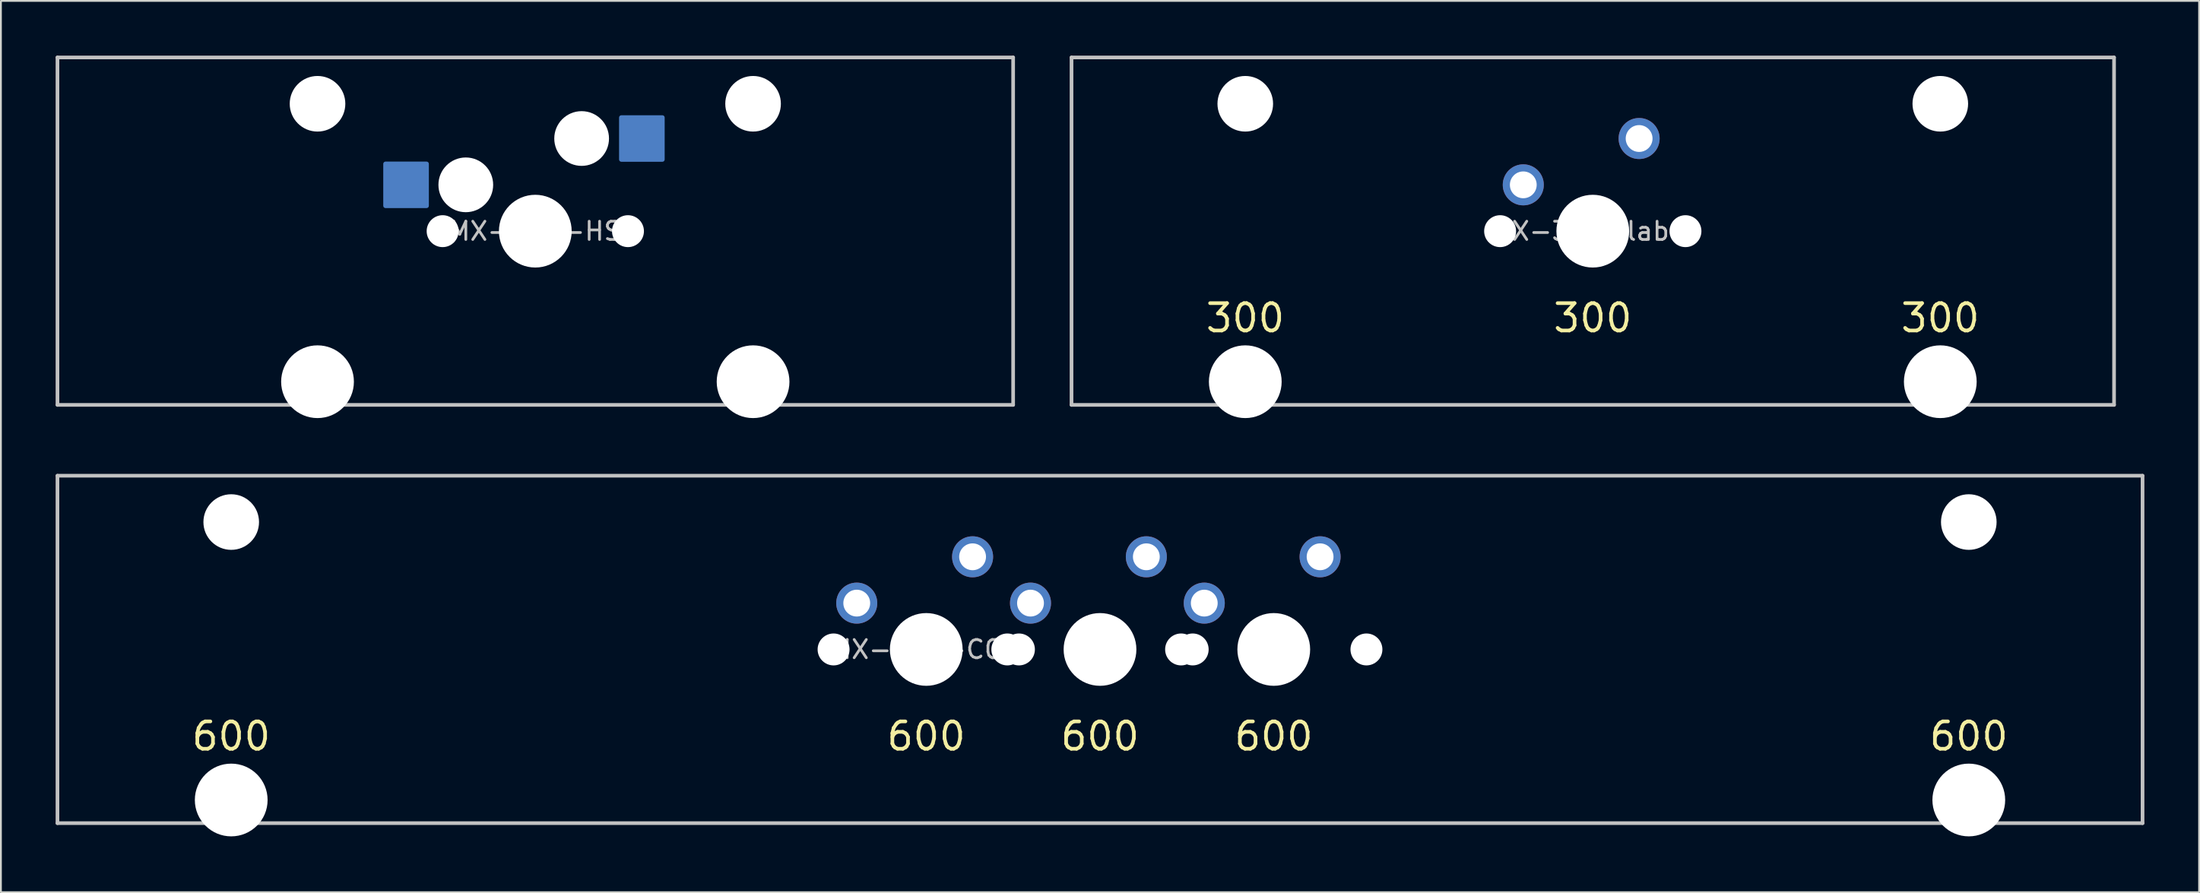
<source format=kicad_pcb>
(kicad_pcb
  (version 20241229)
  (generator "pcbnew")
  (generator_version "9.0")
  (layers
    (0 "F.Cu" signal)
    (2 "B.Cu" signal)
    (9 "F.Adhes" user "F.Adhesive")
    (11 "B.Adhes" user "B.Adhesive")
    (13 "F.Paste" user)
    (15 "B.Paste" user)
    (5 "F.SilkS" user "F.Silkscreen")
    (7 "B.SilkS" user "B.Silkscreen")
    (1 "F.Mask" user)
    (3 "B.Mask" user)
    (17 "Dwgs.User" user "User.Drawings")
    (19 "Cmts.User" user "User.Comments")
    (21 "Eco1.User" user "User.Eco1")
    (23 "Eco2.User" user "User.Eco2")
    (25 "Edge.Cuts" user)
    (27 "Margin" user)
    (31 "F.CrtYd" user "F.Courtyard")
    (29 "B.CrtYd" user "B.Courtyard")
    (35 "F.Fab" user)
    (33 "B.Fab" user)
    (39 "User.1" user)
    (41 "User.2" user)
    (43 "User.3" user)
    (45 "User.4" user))
  (footprint "MX-600-COC"
    (layer "F.Cu")
    (at 57.25 32.56)
    (property "Reference" "MX-600-COC" (at -9.525 0 0) (layer "Dwgs.User") (effects (font (size 1 1) (thickness 0.15))))
    (attr through_hole)
    (fp_line (start -57.15 9.525) (end -57.15 -9.525) (stroke (width 0.2) (type solid)) (layer "Dwgs.User"))
    (fp_line (start 57.15 -9.525) (end -57.15 -9.525) (stroke (width 0.2) (type solid)) (layer "Dwgs.User"))
    (fp_line (start 57.15 -9.525) (end 57.15 9.525) (stroke (width 0.2) (type solid)) (layer "Dwgs.User"))
    (fp_line (start 57.15 9.525) (end -57.15 9.525) (stroke (width 0.2) (type solid)) (layer "Dwgs.User"))
    (fp_line (start -51.055 -8.95) (end -51.055 10.25) (stroke (width 0.12) (type solid)) (layer "Eco1.User"))
    (fp_line (start -51.055 10.25) (end 51.055 10.25) (stroke (width 0.12) (type solid)) (layer "Eco1.User"))
    (fp_line (start -44.195 -8.95) (end -51.055 -8.95) (stroke (width 0.12) (type solid)) (layer "Eco1.User"))
    (fp_line (start -44.195 7) (end -44.195 -8.95) (stroke (width 0.12) (type solid)) (layer "Eco1.User"))
    (fp_line (start -16.525 -7) (end -16.525 7) (stroke (width 0.12) (type solid)) (layer "Eco1.User"))
    (fp_line (start -16.525 -7) (end 16.525 -7) (stroke (width 0.12) (type solid)) (layer "Eco1.User"))
    (fp_line (start -16.525 7) (end -44.195 7) (stroke (width 0.12) (type solid)) (layer "Eco1.User"))
    (fp_line (start 16.525 -7) (end 16.525 7) (stroke (width 0.12) (type solid)) (layer "Eco1.User"))
    (fp_line (start 44.195 -8.95) (end 44.195 7) (stroke (width 0.12) (type solid)) (layer "Eco1.User"))
    (fp_line (start 44.195 7) (end 16.525 7) (stroke (width 0.12) (type solid)) (layer "Eco1.User"))
    (fp_line (start 51.055 -8.95) (end 44.195 -8.95) (stroke (width 0.12) (type solid)) (layer "Eco1.User"))
    (fp_line (start 51.055 10.25) (end 51.055 -8.95) (stroke (width 0.12) (type solid)) (layer "Eco1.User"))
    (fp_circle (center -47.625 -6.985) (end -45.125 -6.985) (stroke (width 0.12) (type solid)) (fill no) (layer "Eco2.User"))
    (fp_circle (center 47.625 -6.985) (end 50.125 -6.985) (stroke (width 0.12) (type solid)) (fill no) (layer "Eco2.User"))
    (fp_text user "600" (at 0 4.763 0) (layer "F.SilkS") (effects (font (size 1.5 1.5) (thickness 0.2))))
    (fp_text user "600" (at -47.625 4.763 0) (layer "F.SilkS") (effects (font (size 1.5 1.5) (thickness 0.2))))
    (fp_text user "600" (at -9.525 4.763 0) (layer "F.SilkS") (effects (font (size 1.5 1.5) (thickness 0.2))))
    (fp_text user "600" (at 9.525 4.763 0) (layer "F.SilkS") (effects (font (size 1.5 1.5) (thickness 0.2))))
    (fp_text user "600" (at 47.625 4.763 0) (layer "F.SilkS") (effects (font (size 1.5 1.5) (thickness 0.2))))
    (pad "" np_thru_hole circle (at -47.625 -6.985) (size 3.048 3.048) (drill 3.048) (layers "*.Cu" "*.Mask"))
    (pad "" np_thru_hole circle (at -47.625 8.255) (size 3.988 3.988) (drill 3.988) (layers "*.Cu" "*.Mask"))
    (pad "" np_thru_hole circle (at -14.605 0) (size 1.75 1.75) (drill 1.75) (layers "*.Cu" "*.Mask"))
    (pad "" np_thru_hole circle (at -9.525 0) (size 3.988 3.988) (drill 3.988) (layers "*.Cu" "*.Mask"))
    (pad "" np_thru_hole circle (at -5.08 0) (size 1.75 1.75) (drill 1.75) (layers "*.Cu" "*.Mask"))
    (pad "" np_thru_hole circle (at -4.445 0) (size 1.75 1.75) (drill 1.75) (layers "*.Cu" "*.Mask"))
    (pad "" np_thru_hole circle (at 0 0) (size 3.988 3.988) (drill 3.988) (layers "*.Cu" "*.Mask"))
    (pad "" np_thru_hole circle (at 4.445 0) (size 1.75 1.75) (drill 1.75) (layers "*.Cu" "*.Mask"))
    (pad "" np_thru_hole circle (at 5.08 0) (size 1.75 1.75) (drill 1.75) (layers "*.Cu" "*.Mask"))
    (pad "" np_thru_hole circle (at 9.525 0) (size 3.988 3.988) (drill 3.988) (layers "*.Cu" "*.Mask"))
    (pad "" np_thru_hole circle (at 14.605 0) (size 1.75 1.75) (drill 1.75) (layers "*.Cu" "*.Mask"))
    (pad "" np_thru_hole circle (at 47.625 -6.985) (size 3.048 3.048) (drill 3.048) (layers "*.Cu" "*.Mask"))
    (pad "" np_thru_hole circle (at 47.625 8.255) (size 3.988 3.988) (drill 3.988) (layers "*.Cu" "*.Mask"))
    (pad "1" thru_hole circle (at -6.985 -5.08) (size 2.25 2.25) (drill 1.47) (layers "*.Cu" "B.Mask"))
    (pad "1" thru_hole circle (at 2.54 -5.08) (size 2.25 2.25) (drill 1.47) (layers "*.Cu" "B.Mask"))
    (pad "1" thru_hole circle (at 12.065 -5.08) (size 2.25 2.25) (drill 1.47) (layers "*.Cu" "B.Mask"))
    (pad "2" thru_hole circle (at -13.335 -2.54) (size 2.25 2.25) (drill 1.47) (layers "*.Cu" "B.Mask"))
    (pad "2" thru_hole circle (at -3.81 -2.54) (size 2.25 2.25) (drill 1.47) (layers "*.Cu" "B.Mask"))
    (pad "2" thru_hole circle (at 5.715 -2.54) (size 2.25 2.25) (drill 1.47) (layers "*.Cu" "B.Mask")))
  (footprint "MX-300-label"
    (layer "F.Cu")
    (at 84.263 9.625)
    (property "Reference" "MX-300-label" (at 0 0 0) (layer "Dwgs.User") (effects (font (size 1 1) (thickness 0.15))))
    (attr through_hole)
    (fp_line (start -28.575 9.525) (end -28.575 -9.525) (stroke (width 0.2) (type solid)) (layer "Dwgs.User"))
    (fp_line (start 28.575 -9.525) (end -28.575 -9.525) (stroke (width 0.2) (type solid)) (layer "Dwgs.User"))
    (fp_line (start 28.575 -9.525) (end 28.575 9.525) (stroke (width 0.2) (type solid)) (layer "Dwgs.User"))
    (fp_line (start 28.575 9.525) (end -28.575 9.525) (stroke (width 0.2) (type solid)) (layer "Dwgs.User"))
    (fp_line (start -22.48 -8.95) (end -22.48 10.25) (stroke (width 0.12) (type solid)) (layer "Eco1.User"))
    (fp_line (start -22.48 10.25) (end 22.48 10.25) (stroke (width 0.12) (type solid)) (layer "Eco1.User"))
    (fp_line (start -15.62 -8.95) (end -22.48 -8.95) (stroke (width 0.12) (type solid)) (layer "Eco1.User"))
    (fp_line (start -15.62 7) (end -15.62 -8.95) (stroke (width 0.12) (type solid)) (layer "Eco1.User"))
    (fp_line (start -7 -7) (end -7 7) (stroke (width 0.12) (type solid)) (layer "Eco1.User"))
    (fp_line (start -7 -7) (end 7 -7) (stroke (width 0.12) (type solid)) (layer "Eco1.User"))
    (fp_line (start -7 7) (end -15.62 7) (stroke (width 0.12) (type solid)) (layer "Eco1.User"))
    (fp_line (start 7 -7) (end 7 7) (stroke (width 0.12) (type solid)) (layer "Eco1.User"))
    (fp_line (start 15.62 -8.95) (end 15.62 7) (stroke (width 0.12) (type solid)) (layer "Eco1.User"))
    (fp_line (start 15.62 7) (end 7 7) (stroke (width 0.12) (type solid)) (layer "Eco1.User"))
    (fp_line (start 22.48 -8.95) (end 15.62 -8.95) (stroke (width 0.12) (type solid)) (layer "Eco1.User"))
    (fp_line (start 22.48 10.25) (end 22.48 -8.95) (stroke (width 0.12) (type solid)) (layer "Eco1.User"))
    (fp_circle (center -19.05 -6.985) (end -16.55 -6.985) (stroke (width 0.12) (type solid)) (fill no) (layer "Eco2.User"))
    (fp_circle (center 19.05 -6.985) (end 21.55 -6.985) (stroke (width 0.12) (type solid)) (fill no) (layer "Eco2.User"))
    (fp_text user "300" (at 0 4.763 0) (layer "F.SilkS") (effects (font (size 1.5 1.5) (thickness 0.2))))
    (fp_text user "300" (at -19.05 4.763 0) (layer "F.SilkS") (effects (font (size 1.5 1.5) (thickness 0.2))))
    (fp_text user "300" (at 19.05 4.763 0) (layer "F.SilkS") (effects (font (size 1.5 1.5) (thickness 0.2))))
    (pad "" np_thru_hole circle (at -19.05 -6.985) (size 3.048 3.048) (drill 3.048) (layers "*.Cu" "*.Mask"))
    (pad "" np_thru_hole circle (at -19.05 8.255) (size 3.988 3.988) (drill 3.988) (layers "*.Cu" "*.Mask"))
    (pad "" np_thru_hole circle (at -5.08 0) (size 1.75 1.75) (drill 1.75) (layers "*.Cu" "*.Mask"))
    (pad "" np_thru_hole circle (at 0 0) (size 3.988 3.988) (drill 3.988) (layers "*.Cu" "*.Mask"))
    (pad "" np_thru_hole circle (at 5.08 0) (size 1.75 1.75) (drill 1.75) (layers "*.Cu" "*.Mask"))
    (pad "" np_thru_hole circle (at 19.05 -6.985) (size 3.048 3.048) (drill 3.048) (layers "*.Cu" "*.Mask"))
    (pad "" np_thru_hole circle (at 19.05 8.255) (size 3.988 3.988) (drill 3.988) (layers "*.Cu" "*.Mask"))
    (pad "1" thru_hole circle (at 2.54 -5.08) (size 2.25 2.25) (drill 1.47) (layers "*.Cu" "B.Mask"))
    (pad "2" thru_hole circle (at -3.81 -2.54) (size 2.25 2.25) (drill 1.47) (layers "*.Cu" "B.Mask")))
  (footprint "MX-275-HS"
    (layer "F.Cu")
    (at 26.294 9.625)
    (property "Reference" "MX-275-HS" (at 0 0 0) (layer "Dwgs.User") (effects (font (size 1 1) (thickness 0.15))))
    (attr through_hole)
    (fp_line (start -26.194 9.525) (end -26.194 -9.525) (stroke (width 0.2) (type solid)) (layer "Dwgs.User"))
    (fp_line (start 26.194 -9.525) (end -26.194 -9.525) (stroke (width 0.2) (type solid)) (layer "Dwgs.User"))
    (fp_line (start 26.194 -9.525) (end 26.194 9.525) (stroke (width 0.2) (type solid)) (layer "Dwgs.User"))
    (fp_line (start 26.194 9.525) (end -26.194 9.525) (stroke (width 0.2) (type solid)) (layer "Dwgs.User"))
    (fp_line (start -15.368 -8.95) (end -15.368 10.25) (stroke (width 0.12) (type solid)) (layer "Eco1.User"))
    (fp_line (start -15.368 10.25) (end 15.368 10.25) (stroke (width 0.12) (type solid)) (layer "Eco1.User"))
    (fp_line (start -8.508 -8.95) (end -15.368 -8.95) (stroke (width 0.12) (type solid)) (layer "Eco1.User"))
    (fp_line (start -8.508 7) (end -8.508 -8.95) (stroke (width 0.12) (type solid)) (layer "Eco1.User"))
    (fp_line (start -7 -7) (end -7 7) (stroke (width 0.12) (type solid)) (layer "Eco1.User"))
    (fp_line (start -7 -7) (end 7 -7) (stroke (width 0.12) (type solid)) (layer "Eco1.User"))
    (fp_line (start -7 7) (end -8.508 7) (stroke (width 0.12) (type solid)) (layer "Eco1.User"))
    (fp_line (start 7 -7) (end 7 7) (stroke (width 0.12) (type solid)) (layer "Eco1.User"))
    (fp_line (start 8.508 -8.95) (end 8.508 7) (stroke (width 0.12) (type solid)) (layer "Eco1.User"))
    (fp_line (start 8.508 7) (end 7 7) (stroke (width 0.12) (type solid)) (layer "Eco1.User"))
    (fp_line (start 15.368 -8.95) (end 8.508 -8.95) (stroke (width 0.12) (type solid)) (layer "Eco1.User"))
    (fp_line (start 15.368 10.25) (end 15.368 -8.95) (stroke (width 0.12) (type solid)) (layer "Eco1.User"))
    (fp_circle (center -11.938 -6.985) (end -9.438 -6.985) (stroke (width 0.12) (type solid)) (fill no) (layer "Eco2.User"))
    (fp_circle (center 11.938 -6.985) (end 14.438 -6.985) (stroke (width 0.12) (type solid)) (fill no) (layer "Eco2.User"))
    (pad "" np_thru_hole circle (at -11.938 -6.985) (size 3.048 3.048) (drill 3.048) (layers "*.Cu" "*.Mask"))
    (pad "" np_thru_hole circle (at -11.938 8.255) (size 3.988 3.988) (drill 3.988) (layers "*.Cu" "*.Mask"))
    (pad "" np_thru_hole circle (at -5.08 0) (size 1.75 1.75) (drill 1.75) (layers "*.Cu" "*.Mask"))
    (pad "" np_thru_hole circle (at -3.81 -2.54) (size 3 3) (drill 3) (layers "*.Cu" "*.Mask"))
    (pad "" np_thru_hole circle (at 0 0) (size 3.988 3.988) (drill 3.988) (layers "*.Cu" "*.Mask"))
    (pad "" np_thru_hole circle (at 2.54 -5.08) (size 3 3) (drill 3) (layers "*.Cu" "*.Mask"))
    (pad "" np_thru_hole circle (at 5.08 0) (size 1.75 1.75) (drill 1.75) (layers "*.Cu" "*.Mask"))
    (pad "" np_thru_hole circle (at 11.938 -6.985) (size 3.048 3.048) (drill 3.048) (layers "*.Cu" "*.Mask"))
    (pad "" np_thru_hole circle (at 11.938 8.255) (size 3.988 3.988) (drill 3.988) (layers "*.Cu" "*.Mask"))
    (pad "1" smd roundrect (at 5.842 -5.08) (size 2.5 2.55) (layers "B.Cu" "B.Mask" "B.Paste") (roundrect_rratio 0.05))
    (pad "2" smd roundrect (at -7.085 -2.54) (size 2.5 2.55) (layers "B.Cu" "B.Mask" "B.Paste") (roundrect_rratio 0.05)))
  (gr_rect
    (start -3 -3)
    (end 117.5 45.87)
    (stroke (width 0.1) (type default))
    (fill no)
    (layer "Edge.Cuts")))
</source>
